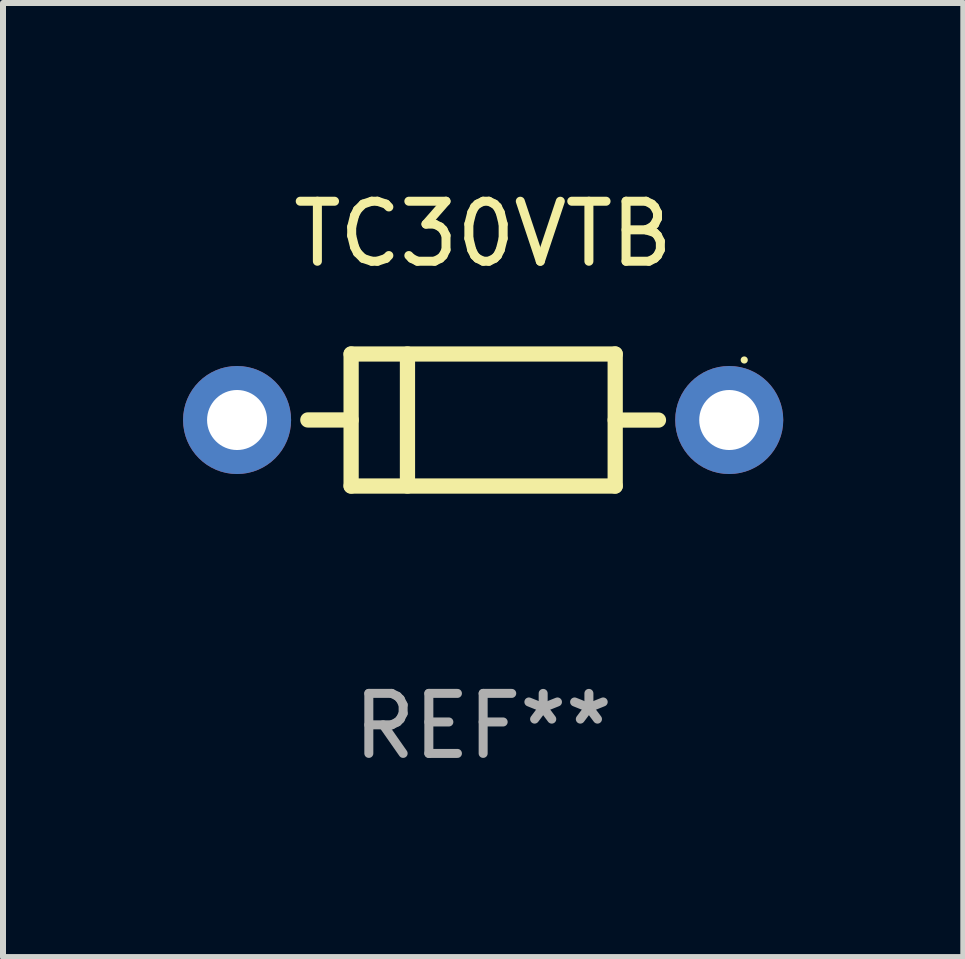
<source format=kicad_pcb>
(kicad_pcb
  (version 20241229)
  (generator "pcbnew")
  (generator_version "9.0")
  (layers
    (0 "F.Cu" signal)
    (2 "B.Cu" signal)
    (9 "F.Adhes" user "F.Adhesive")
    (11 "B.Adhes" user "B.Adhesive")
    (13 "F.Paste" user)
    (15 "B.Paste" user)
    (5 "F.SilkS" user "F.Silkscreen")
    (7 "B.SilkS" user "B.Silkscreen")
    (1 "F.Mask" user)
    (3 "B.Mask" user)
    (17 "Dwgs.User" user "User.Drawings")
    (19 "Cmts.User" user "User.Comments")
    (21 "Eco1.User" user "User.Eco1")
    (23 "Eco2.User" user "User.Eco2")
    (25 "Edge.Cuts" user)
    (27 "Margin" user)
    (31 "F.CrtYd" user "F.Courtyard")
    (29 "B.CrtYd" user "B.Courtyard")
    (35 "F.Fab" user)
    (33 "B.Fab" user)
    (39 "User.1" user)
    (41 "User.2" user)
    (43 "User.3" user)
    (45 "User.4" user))
  (footprint "TC30VTB"
    (layer "F.Cu")
    (at 5 3.948)
    (property "Reference" "TC30VTB" (at 0 -3.1 0) (layer "F.SilkS") (effects (font (size 1 1) (thickness 0.15))))
    (attr through_hole)
    (fp_line (start -2.2 -1.1) (end -2.2 1.1) (stroke (width 0.254) (type solid)) (layer "F.SilkS"))
    (fp_line (start -2.2 -1.1) (end 2.2 -1.1) (stroke (width 0.254) (type solid)) (layer "F.SilkS"))
    (fp_line (start -2.2 -0.001) (end -2.921 -0.001) (stroke (width 0.254) (type solid)) (layer "F.SilkS"))
    (fp_line (start -2.2 1.1) (end 2.2 1.1) (stroke (width 0.254) (type solid)) (layer "F.SilkS"))
    (fp_line (start -1.261 -1.1) (end -1.261 1.1) (stroke (width 0.254) (type solid)) (layer "F.SilkS"))
    (fp_line (start 2.2 -1.1) (end 2.2 1.1) (stroke (width 0.254) (type solid)) (layer "F.SilkS"))
    (fp_line (start 2.2 0.001) (end 2.921 0.001) (stroke (width 0.254) (type solid)) (layer "F.SilkS"))
    (fp_circle (center 4.35 -1) (end 4.38 -1) (stroke (width 0.06) (type solid)) (fill no) (layer "F.SilkS"))
    (fp_text user "REF**" (at 0 5.1 0) (layer "F.Fab") (effects (font (size 1 1) (thickness 0.15))))
    (pad "1" thru_hole circle (at 4.1 0) (size 1.8 1.8) (drill 1) (layers "*.Cu" "*.Mask"))
    (pad "2" thru_hole circle (at -4.1 0) (size 1.8 1.8) (drill 1) (layers "*.Cu" "*.Mask")))
  (gr_rect
    (start -3 -3)
    (end 13 12.896)
    (stroke (width 0.1) (type default))
    (fill no)
    (layer "Edge.Cuts")))
</source>
